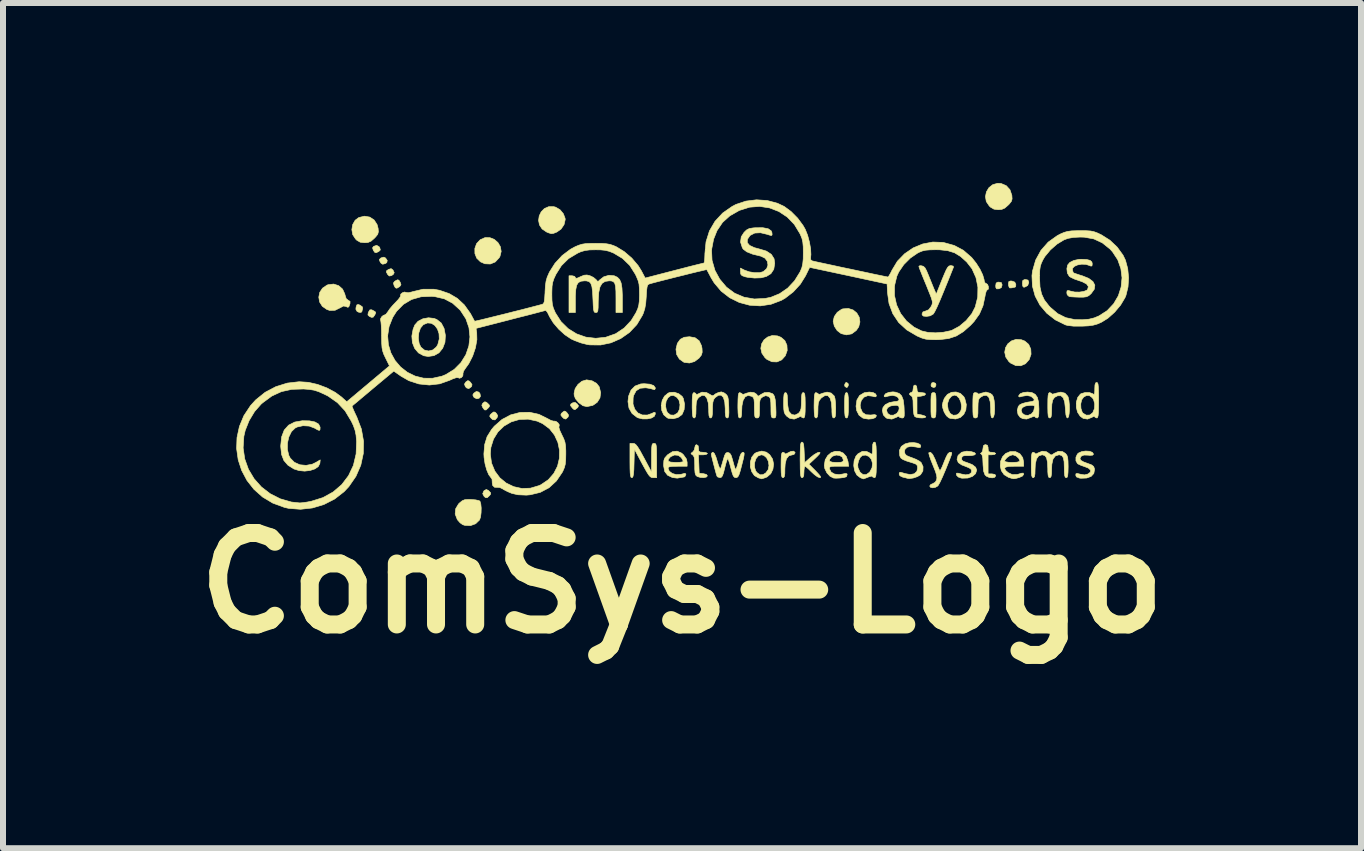
<source format=kicad_pcb>
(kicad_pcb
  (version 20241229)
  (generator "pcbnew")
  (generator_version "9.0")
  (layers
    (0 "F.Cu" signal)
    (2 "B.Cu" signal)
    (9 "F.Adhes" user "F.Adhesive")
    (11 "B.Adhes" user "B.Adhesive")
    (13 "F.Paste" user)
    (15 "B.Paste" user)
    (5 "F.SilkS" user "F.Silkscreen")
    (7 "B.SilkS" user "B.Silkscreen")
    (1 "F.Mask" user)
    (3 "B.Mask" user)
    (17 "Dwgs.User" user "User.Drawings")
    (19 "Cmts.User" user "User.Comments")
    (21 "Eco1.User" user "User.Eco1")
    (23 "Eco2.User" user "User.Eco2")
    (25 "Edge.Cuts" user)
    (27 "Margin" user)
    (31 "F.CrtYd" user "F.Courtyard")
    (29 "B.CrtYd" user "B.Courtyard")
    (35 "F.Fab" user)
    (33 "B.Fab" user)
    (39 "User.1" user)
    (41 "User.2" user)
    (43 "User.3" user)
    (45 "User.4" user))
  (footprint "ComSys-Logo"
    (layer "F.Cu")
    (at 8.317 2.858)
    (property "Reference" "ComSys-Logo" (at 0 3.81 0) (layer "F.SilkS") (effects (font (size 1.524 1.524) (thickness 0.3))))
    (attr through_hole)
    (fp_poly (pts (xy 2.767 0.483) (xy 2.773 0.508) (xy 2.76 0.542) (xy 2.741 0.55) (xy 2.715 0.533) (xy 2.709 0.508) (xy 2.723 0.474) (xy 2.741 0.466) (xy 2.767 0.483)) (stroke (width 0.01) (type solid)) (fill yes) (layer "F.SilkS"))
    (fp_poly (pts (xy 4.226 0.481) (xy 4.233 0.508) (xy 4.218 0.543) (xy 4.191 0.55) (xy 4.156 0.535) (xy 4.149 0.508) (xy 4.164 0.473) (xy 4.191 0.466) (xy 4.226 0.481)) (stroke (width 0.01) (type solid)) (fill yes) (layer "F.SilkS"))
    (fp_poly (pts (xy -3.387 0.627) (xy -3.367 0.653) (xy -3.359 0.698) (xy -3.381 0.728) (xy -3.419 0.738) (xy -3.46 0.72) (xy -3.471 0.709) (xy -3.487 0.675) (xy -3.471 0.646) (xy -3.428 0.616) (xy -3.387 0.627)) (stroke (width 0.01) (type solid)) (fill yes) (layer "F.SilkS"))
    (fp_poly (pts (xy -4.941 -1.608) (xy -4.913 -1.567) (xy -4.921 -1.531) (xy -4.944 -1.516) (xy -4.988 -1.504) (xy -5.015 -1.52) (xy -5.032 -1.545) (xy -5.046 -1.58) (xy -5.026 -1.603) (xy -5.015 -1.61) (xy -4.97 -1.622) (xy -4.941 -1.608)) (stroke (width 0.01) (type solid)) (fill yes) (layer "F.SilkS"))
    (fp_poly (pts (xy -4.819 -1.409) (xy -4.816 -1.404) (xy -4.797 -1.364) (xy -4.813 -1.334) (xy -4.844 -1.314) (xy -4.88 -1.308) (xy -4.907 -1.335) (xy -4.928 -1.375) (xy -4.922 -1.398) (xy -4.888 -1.419) (xy -4.848 -1.431) (xy -4.819 -1.409)) (stroke (width 0.01) (type solid)) (fill yes) (layer "F.SilkS"))
    (fp_poly (pts (xy -3.117 0.961) (xy -3.095 0.981) (xy -3.072 1.018) (xy -3.082 1.052) (xy -3.117 1.09) (xy -3.155 1.086) (xy -3.182 1.062) (xy -3.205 1.031) (xy -3.198 1.007) (xy -3.175 0.984) (xy -3.141 0.958) (xy -3.117 0.961)) (stroke (width 0.01) (type solid)) (fill yes) (layer "F.SilkS"))
    (fp_poly (pts (xy -1.749 0.823) (xy -1.726 0.854) (xy -1.735 0.879) (xy -1.753 0.896) (xy -1.785 0.92) (xy -1.809 0.911) (xy -1.827 0.893) (xy -1.858 0.853) (xy -1.854 0.827) (xy -1.823 0.806) (xy -1.783 0.798) (xy -1.749 0.823)) (stroke (width 0.01) (type solid)) (fill yes) (layer "F.SilkS"))
    (fp_poly (pts (xy 5.322 -1.198) (xy 5.334 -1.163) (xy 5.334 -1.156) (xy 5.321 -1.114) (xy 5.281 -1.095) (xy 5.243 -1.094) (xy 5.23 -1.116) (xy 5.228 -1.146) (xy 5.235 -1.19) (xy 5.261 -1.205) (xy 5.281 -1.206) (xy 5.322 -1.198)) (stroke (width 0.01) (type solid)) (fill yes) (layer "F.SilkS"))
    (fp_poly (pts (xy -5.365 -0.821) (xy -5.327 -0.793) (xy -5.323 -0.767) (xy -5.333 -0.728) (xy -5.334 -0.718) (xy -5.35 -0.701) (xy -5.387 -0.704) (xy -5.416 -0.718) (xy -5.436 -0.754) (xy -5.432 -0.791) (xy -5.418 -0.828) (xy -5.393 -0.833) (xy -5.365 -0.821)) (stroke (width 0.01) (type solid)) (fill yes) (layer "F.SilkS"))
    (fp_poly (pts (xy -5.049 -1.796) (xy -5.038 -1.779) (xy -5.028 -1.742) (xy -5.054 -1.717) (xy -5.057 -1.715) (xy -5.099 -1.696) (xy -5.123 -1.704) (xy -5.145 -1.738) (xy -5.158 -1.777) (xy -5.141 -1.801) (xy -5.14 -1.802) (xy -5.089 -1.819) (xy -5.049 -1.796)) (stroke (width 0.01) (type solid)) (fill yes) (layer "F.SilkS"))
    (fp_poly (pts (xy -4.719 -1.238) (xy -4.697 -1.203) (xy -4.684 -1.163) (xy -4.703 -1.135) (xy -4.711 -1.129) (xy -4.753 -1.104) (xy -4.778 -1.112) (xy -4.799 -1.15) (xy -4.81 -1.191) (xy -4.79 -1.218) (xy -4.782 -1.224) (xy -4.742 -1.245) (xy -4.719 -1.238)) (stroke (width 0.01) (type solid)) (fill yes) (layer "F.SilkS"))
    (fp_poly (pts (xy -3.546 0.444) (xy -3.525 0.465) (xy -3.5 0.502) (xy -3.507 0.531) (xy -3.513 0.539) (xy -3.554 0.569) (xy -3.593 0.556) (xy -3.613 0.531) (xy -3.626 0.494) (xy -3.606 0.462) (xy -3.601 0.457) (xy -3.57 0.435) (xy -3.546 0.444)) (stroke (width 0.01) (type solid)) (fill yes) (layer "F.SilkS"))
    (fp_poly (pts (xy -3.261 0.796) (xy -3.239 0.814) (xy -3.21 0.845) (xy -3.212 0.87) (xy -3.231 0.892) (xy -3.267 0.925) (xy -3.292 0.923) (xy -3.32 0.886) (xy -3.337 0.847) (xy -3.324 0.817) (xy -3.315 0.808) (xy -3.287 0.788) (xy -3.261 0.796)) (stroke (width 0.01) (type solid)) (fill yes) (layer "F.SilkS"))
    (fp_poly (pts (xy -3.228 2.266) (xy -3.217 2.276) (xy -3.189 2.307) (xy -3.192 2.331) (xy -3.21 2.353) (xy -3.246 2.386) (xy -3.274 2.386) (xy -3.298 2.366) (xy -3.322 2.321) (xy -3.304 2.276) (xy -3.291 2.265) (xy -3.261 2.25) (xy -3.228 2.266)) (stroke (width 0.01) (type solid)) (fill yes) (layer "F.SilkS"))
    (fp_poly (pts (xy -1.938 0.951) (xy -1.916 0.973) (xy -1.891 1.01) (xy -1.898 1.039) (xy -1.905 1.047) (xy -1.937 1.076) (xy -1.967 1.069) (xy -1.997 1.041) (xy -2.02 1.009) (xy -2.012 0.984) (xy -1.993 0.966) (xy -1.962 0.943) (xy -1.938 0.951)) (stroke (width 0.01) (type solid)) (fill yes) (layer "F.SilkS"))
    (fp_poly (pts (xy 5.766 -1.24) (xy 5.778 -1.206) (xy 5.779 -1.198) (xy 5.761 -1.149) (xy 5.712 -1.123) (xy 5.692 -1.122) (xy 5.678 -1.14) (xy 5.673 -1.185) (xy 5.673 -1.185) (xy 5.678 -1.231) (xy 5.703 -1.247) (xy 5.726 -1.249) (xy 5.766 -1.24)) (stroke (width 0.01) (type solid)) (fill yes) (layer "F.SilkS"))
    (fp_poly (pts (xy -5.156 -0.737) (xy -5.115 -0.714) (xy -5.105 -0.696) (xy -5.117 -0.666) (xy -5.121 -0.658) (xy -5.147 -0.622) (xy -5.177 -0.619) (xy -5.212 -0.636) (xy -5.235 -0.659) (xy -5.23 -0.695) (xy -5.224 -0.709) (xy -5.202 -0.744) (xy -5.174 -0.745) (xy -5.156 -0.737)) (stroke (width 0.01) (type solid)) (fill yes) (layer "F.SilkS"))
    (fp_poly (pts (xy 5.498 -1.224) (xy 5.546 -1.206) (xy 5.563 -1.169) (xy 5.561 -1.133) (xy 5.549 -1.122) (xy 5.511 -1.115) (xy 5.499 -1.111) (xy 5.464 -1.109) (xy 5.455 -1.114) (xy 5.443 -1.145) (xy 5.44 -1.18) (xy 5.447 -1.216) (xy 5.475 -1.225) (xy 5.498 -1.224)) (stroke (width 0.01) (type solid)) (fill yes) (layer "F.SilkS"))
    (fp_poly (pts (xy -3.202 -1.947) (xy -3.129 -1.918) (xy -3.068 -1.865) (xy -3.028 -1.797) (xy -3.014 -1.718) (xy -3.034 -1.636) (xy -3.047 -1.613) (xy -3.113 -1.542) (xy -3.195 -1.508) (xy -3.286 -1.512) (xy -3.359 -1.544) (xy -3.421 -1.604) (xy -3.452 -1.682) (xy -3.453 -1.767) (xy -3.424 -1.848) (xy -3.363 -1.913) (xy -3.363 -1.913) (xy -3.283 -1.948) (xy -3.202 -1.947)) (stroke (width 0.01) (type solid)) (fill yes) (layer "F.SilkS"))
    (fp_poly (pts (xy 1.59 -0.31) (xy 1.648 -0.287) (xy 1.713 -0.232) (xy 1.748 -0.155) (xy 1.753 -0.067) (xy 1.722 0.02) (xy 1.722 0.021) (xy 1.66 0.09) (xy 1.582 0.124) (xy 1.498 0.121) (xy 1.415 0.082) (xy 1.384 0.055) (xy 1.331 -0.022) (xy 1.313 -0.102) (xy 1.327 -0.178) (xy 1.366 -0.243) (xy 1.427 -0.291) (xy 1.503 -0.316) (xy 1.59 -0.31)) (stroke (width 0.01) (type solid)) (fill yes) (layer "F.SilkS"))
    (fp_poly (pts (xy 2.851 -0.742) (xy 2.913 -0.691) (xy 2.953 -0.622) (xy 2.965 -0.542) (xy 2.945 -0.461) (xy 2.905 -0.402) (xy 2.828 -0.344) (xy 2.74 -0.327) (xy 2.652 -0.348) (xy 2.586 -0.398) (xy 2.538 -0.472) (xy 2.519 -0.554) (xy 2.519 -0.555) (xy 2.538 -0.633) (xy 2.588 -0.704) (xy 2.658 -0.752) (xy 2.679 -0.76) (xy 2.772 -0.767) (xy 2.851 -0.742)) (stroke (width 0.01) (type solid)) (fill yes) (layer "F.SilkS"))
    (fp_poly (pts (xy 5.655 -0.246) (xy 5.712 -0.224) (xy 5.777 -0.169) (xy 5.812 -0.091) (xy 5.817 -0.004) (xy 5.786 0.083) (xy 5.786 0.085) (xy 5.724 0.154) (xy 5.646 0.188) (xy 5.562 0.185) (xy 5.479 0.145) (xy 5.448 0.119) (xy 5.395 0.042) (xy 5.378 -0.038) (xy 5.392 -0.114) (xy 5.431 -0.179) (xy 5.492 -0.227) (xy 5.568 -0.252) (xy 5.655 -0.246)) (stroke (width 0.01) (type solid)) (fill yes) (layer "F.SilkS"))
    (fp_poly (pts (xy -5.205 -2.29) (xy -5.132 -2.242) (xy -5.082 -2.165) (xy -5.065 -2.101) (xy -5.061 -2.044) (xy -5.072 -2.003) (xy -5.106 -1.96) (xy -5.128 -1.937) (xy -5.183 -1.889) (xy -5.234 -1.867) (xy -5.291 -1.863) (xy -5.363 -1.871) (xy -5.42 -1.904) (xy -5.441 -1.925) (xy -5.488 -1.997) (xy -5.503 -2.081) (xy -5.489 -2.165) (xy -5.448 -2.237) (xy -5.388 -2.282) (xy -5.293 -2.305) (xy -5.205 -2.29)) (stroke (width 0.01) (type solid)) (fill yes) (layer "F.SilkS"))
    (fp_poly (pts (xy -1.499 0.439) (xy -1.424 0.482) (xy -1.38 0.539) (xy -1.356 0.636) (xy -1.368 0.724) (xy -1.414 0.797) (xy -1.487 0.848) (xy -1.582 0.868) (xy -1.589 0.868) (xy -1.651 0.854) (xy -1.716 0.807) (xy -1.727 0.796) (xy -1.776 0.737) (xy -1.797 0.681) (xy -1.799 0.646) (xy -1.781 0.569) (xy -1.734 0.499) (xy -1.669 0.446) (xy -1.596 0.424) (xy -1.589 0.423) (xy -1.499 0.439)) (stroke (width 0.01) (type solid)) (fill yes) (layer "F.SilkS"))
    (fp_poly (pts (xy 0.218 -0.279) (xy 0.285 -0.229) (xy 0.324 -0.147) (xy 0.333 -0.103) (xy 0.336 -0.037) (xy 0.323 0.009) (xy 0.286 0.057) (xy 0.283 0.061) (xy 0.209 0.117) (xy 0.124 0.142) (xy 0.039 0.132) (xy 0.029 0.128) (xy -0.044 0.076) (xy -0.089 0.001) (xy -0.101 -0.088) (xy -0.079 -0.18) (xy -0.074 -0.191) (xy -0.028 -0.254) (xy 0.036 -0.287) (xy 0.124 -0.296) (xy 0.218 -0.279)) (stroke (width 0.01) (type solid)) (fill yes) (layer "F.SilkS"))
    (fp_poly (pts (xy 2.756 0.642) (xy 2.765 0.668) (xy 2.771 0.719) (xy 2.773 0.803) (xy 2.773 0.847) (xy 2.772 0.945) (xy 2.768 1.009) (xy 2.76 1.044) (xy 2.748 1.057) (xy 2.741 1.058) (xy 2.726 1.051) (xy 2.717 1.026) (xy 2.712 0.974) (xy 2.709 0.891) (xy 2.709 0.847) (xy 2.71 0.748) (xy 2.714 0.685) (xy 2.722 0.65) (xy 2.734 0.636) (xy 2.741 0.635) (xy 2.756 0.642)) (stroke (width 0.01) (type solid)) (fill yes) (layer "F.SilkS"))
    (fp_poly (pts (xy -2.106 -2.455) (xy -2.034 -2.413) (xy -1.978 -2.346) (xy -1.949 -2.27) (xy -1.947 -2.248) (xy -1.966 -2.165) (xy -2.016 -2.091) (xy -2.086 -2.041) (xy -2.086 -2.041) (xy -2.141 -2.019) (xy -2.179 -2.014) (xy -2.22 -2.026) (xy -2.257 -2.041) (xy -2.332 -2.092) (xy -2.376 -2.159) (xy -2.391 -2.234) (xy -2.38 -2.31) (xy -2.347 -2.378) (xy -2.294 -2.432) (xy -2.223 -2.463) (xy -2.139 -2.464) (xy -2.106 -2.455)) (stroke (width 0.01) (type solid)) (fill yes) (layer "F.SilkS"))
    (fp_poly (pts (xy 5.317 -2.85) (xy 5.403 -2.814) (xy 5.465 -2.746) (xy 5.497 -2.652) (xy 5.497 -2.649) (xy 5.501 -2.593) (xy 5.489 -2.552) (xy 5.454 -2.508) (xy 5.434 -2.488) (xy 5.379 -2.44) (xy 5.328 -2.418) (xy 5.271 -2.413) (xy 5.199 -2.422) (xy 5.142 -2.455) (xy 5.121 -2.475) (xy 5.071 -2.549) (xy 5.057 -2.631) (xy 5.073 -2.71) (xy 5.114 -2.779) (xy 5.178 -2.83) (xy 5.259 -2.853) (xy 5.317 -2.85)) (stroke (width 0.01) (type solid)) (fill yes) (layer "F.SilkS"))
    (fp_poly (pts (xy -3.512 2.417) (xy -3.441 2.423) (xy -3.389 2.434) (xy -3.368 2.444) (xy -3.354 2.489) (xy -3.347 2.558) (xy -3.349 2.637) (xy -3.358 2.709) (xy -3.375 2.758) (xy -3.375 2.758) (xy -3.44 2.821) (xy -3.525 2.852) (xy -3.619 2.848) (xy -3.656 2.836) (xy -3.699 2.805) (xy -3.742 2.756) (xy -3.747 2.747) (xy -3.781 2.659) (xy -3.773 2.572) (xy -3.725 2.491) (xy -3.704 2.471) (xy -3.662 2.437) (xy -3.62 2.42) (xy -3.562 2.416) (xy -3.512 2.417)) (stroke (width 0.01) (type solid)) (fill yes) (layer "F.SilkS"))
    (fp_poly (pts (xy 4.21 0.638) (xy 4.223 0.652) (xy 4.23 0.684) (xy 4.233 0.743) (xy 4.233 0.835) (xy 4.233 0.847) (xy 4.233 0.943) (xy 4.23 1.005) (xy 4.224 1.039) (xy 4.212 1.055) (xy 4.193 1.058) (xy 4.191 1.058) (xy 4.172 1.055) (xy 4.159 1.042) (xy 4.152 1.009) (xy 4.149 0.951) (xy 4.149 0.858) (xy 4.149 0.847) (xy 4.149 0.75) (xy 4.152 0.689) (xy 4.158 0.654) (xy 4.17 0.639) (xy 4.189 0.635) (xy 4.191 0.635) (xy 4.21 0.638)) (stroke (width 0.01) (type solid)) (fill yes) (layer "F.SilkS"))
    (fp_poly (pts (xy -5.723 -1.147) (xy -5.658 -1.09) (xy -5.62 -1.008) (xy -5.617 -0.993) (xy -5.597 -0.93) (xy -5.563 -0.903) (xy -5.533 -0.885) (xy -5.534 -0.848) (xy -5.536 -0.843) (xy -5.552 -0.798) (xy -5.568 -0.786) (xy -5.598 -0.798) (xy -5.601 -0.8) (xy -5.642 -0.808) (xy -5.692 -0.782) (xy -5.692 -0.782) (xy -5.782 -0.737) (xy -5.871 -0.734) (xy -5.919 -0.75) (xy -5.995 -0.803) (xy -6.04 -0.874) (xy -6.054 -0.955) (xy -6.038 -1.035) (xy -5.992 -1.105) (xy -5.917 -1.156) (xy -5.898 -1.163) (xy -5.806 -1.174) (xy -5.723 -1.147)) (stroke (width 0.01) (type solid)) (fill yes) (layer "F.SilkS"))
    (fp_poly (pts (xy 1.883 1.631) (xy 1.884 1.64) (xy 1.866 1.666) (xy 1.841 1.672) (xy 1.781 1.688) (xy 1.74 1.738) (xy 1.719 1.824) (xy 1.714 1.905) (xy 1.713 1.986) (xy 1.706 2.032) (xy 1.693 2.051) (xy 1.683 2.053) (xy 1.668 2.046) (xy 1.658 2.021) (xy 1.653 1.969) (xy 1.651 1.886) (xy 1.651 1.841) (xy 1.652 1.743) (xy 1.656 1.679) (xy 1.664 1.644) (xy 1.676 1.631) (xy 1.683 1.63) (xy 1.711 1.642) (xy 1.714 1.652) (xy 1.729 1.658) (xy 1.762 1.642) (xy 1.815 1.615) (xy 1.859 1.611) (xy 1.883 1.631)) (stroke (width 0.01) (type solid)) (fill yes) (layer "F.SilkS"))
    (fp_poly (pts (xy 3.184 0.634) (xy 3.227 0.658) (xy 3.239 0.686) (xy 3.231 0.705) (xy 3.203 0.704) (xy 3.173 0.695) (xy 3.096 0.686) (xy 3.031 0.712) (xy 2.987 0.767) (xy 2.969 0.841) (xy 2.974 0.89) (xy 3.007 0.965) (xy 3.063 1.004) (xy 3.145 1.009) (xy 3.153 1.008) (xy 3.21 1.002) (xy 3.235 1.011) (xy 3.239 1.024) (xy 3.22 1.053) (xy 3.172 1.071) (xy 3.108 1.077) (xy 3.041 1.067) (xy 3.013 1.059) (xy 2.95 1.012) (xy 2.911 0.936) (xy 2.9 0.862) (xy 2.915 0.758) (xy 2.96 0.683) (xy 3.034 0.639) (xy 3.046 0.636) (xy 3.12 0.626) (xy 3.184 0.634)) (stroke (width 0.01) (type solid)) (fill yes) (layer "F.SilkS"))
    (fp_poly (pts (xy 5.09 1.513) (xy 5.101 1.55) (xy 5.101 1.566) (xy 5.106 1.611) (xy 5.131 1.628) (xy 5.165 1.63) (xy 5.209 1.636) (xy 5.228 1.651) (xy 5.228 1.651) (xy 5.21 1.666) (xy 5.165 1.672) (xy 5.165 1.672) (xy 5.101 1.672) (xy 5.101 1.99) (xy 5.165 1.99) (xy 5.215 1.999) (xy 5.228 2.021) (xy 5.211 2.047) (xy 5.17 2.056) (xy 5.119 2.049) (xy 5.072 2.028) (xy 5.049 2.006) (xy 5.026 1.944) (xy 5.017 1.842) (xy 5.016 1.817) (xy 5.012 1.727) (xy 5 1.675) (xy 4.99 1.663) (xy 4.974 1.649) (xy 4.99 1.639) (xy 5.009 1.611) (xy 5.016 1.565) (xy 5.024 1.519) (xy 5.05 1.503) (xy 5.059 1.503) (xy 5.09 1.513)) (stroke (width 0.01) (type solid)) (fill yes) (layer "F.SilkS"))
    (fp_poly (pts (xy -0.536 0.495) (xy -0.472 0.518) (xy -0.445 0.556) (xy -0.445 0.564) (xy -0.455 0.586) (xy -0.482 0.581) (xy -0.525 0.568) (xy -0.59 0.557) (xy -0.61 0.555) (xy -0.699 0.563) (xy -0.765 0.605) (xy -0.806 0.682) (xy -0.815 0.722) (xy -0.817 0.826) (xy -0.788 0.912) (xy -0.735 0.975) (xy -0.662 1.008) (xy -0.577 1.009) (xy -0.507 0.984) (xy -0.465 0.964) (xy -0.448 0.966) (xy -0.445 0.992) (xy -0.463 1.032) (xy -0.512 1.06) (xy -0.581 1.074) (xy -0.657 1.074) (xy -0.732 1.056) (xy -0.751 1.047) (xy -0.833 0.983) (xy -0.884 0.894) (xy -0.901 0.785) (xy -0.891 0.695) (xy -0.85 0.594) (xy -0.783 0.526) (xy -0.689 0.491) (xy -0.633 0.487) (xy -0.536 0.495)) (stroke (width 0.01) (type solid)) (fill yes) (layer "F.SilkS"))
    (fp_poly (pts (xy -0.055 0.654) (xy 0.002 0.699) (xy 0.021 0.731) (xy 0.042 0.826) (xy 0.035 0.919) (xy 0.003 0.995) (xy -0.005 1.005) (xy -0.069 1.051) (xy -0.149 1.071) (xy -0.227 1.064) (xy -0.246 1.056) (xy -0.305 1.005) (xy -0.338 0.932) (xy -0.346 0.854) (xy -0.275 0.854) (xy -0.261 0.931) (xy -0.242 0.969) (xy -0.193 1.008) (xy -0.134 1.011) (xy -0.077 0.977) (xy -0.072 0.972) (xy -0.041 0.911) (xy -0.034 0.835) (xy -0.05 0.763) (xy -0.084 0.716) (xy -0.141 0.682) (xy -0.19 0.687) (xy -0.233 0.72) (xy -0.265 0.778) (xy -0.275 0.854) (xy -0.346 0.854) (xy -0.346 0.849) (xy -0.331 0.766) (xy -0.292 0.694) (xy -0.232 0.644) (xy -0.202 0.632) (xy -0.128 0.629) (xy -0.055 0.654)) (stroke (width 0.01) (type solid)) (fill yes) (layer "F.SilkS"))
    (fp_poly (pts (xy 0.269 1.522) (xy 0.275 1.566) (xy 0.279 1.609) (xy 0.3 1.626) (xy 0.349 1.63) (xy 0.398 1.635) (xy 0.423 1.648) (xy 0.423 1.651) (xy 0.405 1.665) (xy 0.359 1.672) (xy 0.348 1.672) (xy 0.273 1.672) (xy 0.28 1.826) (xy 0.286 1.979) (xy 0.355 1.986) (xy 0.406 1.999) (xy 0.423 2.023) (xy 0.405 2.043) (xy 0.361 2.052) (xy 0.306 2.049) (xy 0.255 2.034) (xy 0.249 2.03) (xy 0.229 2.011) (xy 0.217 1.974) (xy 0.212 1.91) (xy 0.212 1.852) (xy 0.21 1.767) (xy 0.203 1.714) (xy 0.188 1.684) (xy 0.175 1.673) (xy 0.149 1.654) (xy 0.16 1.638) (xy 0.175 1.629) (xy 0.204 1.592) (xy 0.212 1.555) (xy 0.223 1.513) (xy 0.243 1.503) (xy 0.269 1.522)) (stroke (width 0.01) (type solid)) (fill yes) (layer "F.SilkS"))
    (fp_poly (pts (xy 3.909 0.527) (xy 3.916 0.572) (xy 3.92 0.614) (xy 3.94 0.631) (xy 3.99 0.635) (xy 3.992 0.635) (xy 4.044 0.643) (xy 4.06 0.661) (xy 4.04 0.681) (xy 3.985 0.694) (xy 3.983 0.695) (xy 3.916 0.701) (xy 3.916 0.993) (xy 3.99 1.007) (xy 4.039 1.021) (xy 4.063 1.037) (xy 4.064 1.04) (xy 4.046 1.053) (xy 4.002 1.058) (xy 3.949 1.055) (xy 3.901 1.045) (xy 3.878 1.033) (xy 3.864 0.998) (xy 3.855 0.931) (xy 3.852 0.855) (xy 3.85 0.77) (xy 3.842 0.719) (xy 3.827 0.694) (xy 3.821 0.691) (xy 3.793 0.668) (xy 3.789 0.657) (xy 3.806 0.637) (xy 3.821 0.635) (xy 3.846 0.616) (xy 3.852 0.572) (xy 3.862 0.521) (xy 3.884 0.508) (xy 3.909 0.527)) (stroke (width 0.01) (type solid)) (fill yes) (layer "F.SilkS"))
    (fp_poly (pts (xy 4.639 0.649) (xy 4.695 0.702) (xy 4.712 0.732) (xy 4.738 0.834) (xy 4.73 0.925) (xy 4.695 0.999) (xy 4.637 1.051) (xy 4.561 1.075) (xy 4.471 1.065) (xy 4.449 1.057) (xy 4.407 1.022) (xy 4.369 0.961) (xy 4.345 0.89) (xy 4.339 0.845) (xy 4.34 0.842) (xy 4.424 0.842) (xy 4.437 0.925) (xy 4.471 0.984) (xy 4.52 1.013) (xy 4.576 1.008) (xy 4.618 0.981) (xy 4.65 0.929) (xy 4.659 0.862) (xy 4.647 0.791) (xy 4.619 0.729) (xy 4.578 0.688) (xy 4.54 0.677) (xy 4.49 0.696) (xy 4.449 0.746) (xy 4.426 0.814) (xy 4.424 0.842) (xy 4.34 0.842) (xy 4.348 0.796) (xy 4.37 0.735) (xy 4.373 0.729) (xy 4.423 0.665) (xy 4.492 0.63) (xy 4.567 0.625) (xy 4.639 0.649)) (stroke (width 0.01) (type solid)) (fill yes) (layer "F.SilkS"))
    (fp_poly (pts (xy 1.406 1.628) (xy 1.462 1.671) (xy 1.509 1.743) (xy 1.526 1.827) (xy 1.515 1.912) (xy 1.479 1.987) (xy 1.418 2.04) (xy 1.394 2.051) (xy 1.349 2.066) (xy 1.326 2.072) (xy 1.325 2.072) (xy 1.306 2.066) (xy 1.272 2.056) (xy 1.206 2.018) (xy 1.162 1.954) (xy 1.139 1.874) (xy 1.207 1.874) (xy 1.227 1.939) (xy 1.249 1.968) (xy 1.3 2.005) (xy 1.349 2.003) (xy 1.397 1.973) (xy 1.436 1.919) (xy 1.449 1.851) (xy 1.439 1.781) (xy 1.409 1.721) (xy 1.362 1.681) (xy 1.321 1.672) (xy 1.269 1.691) (xy 1.231 1.738) (xy 1.21 1.804) (xy 1.207 1.874) (xy 1.139 1.874) (xy 1.139 1.874) (xy 1.139 1.79) (xy 1.162 1.712) (xy 1.209 1.652) (xy 1.242 1.632) (xy 1.329 1.61) (xy 1.406 1.628)) (stroke (width 0.01) (type solid)) (fill yes) (layer "F.SilkS"))
    (fp_poly (pts (xy -4.132 -0.601) (xy -4.087 -0.583) (xy -4.013 -0.524) (xy -3.966 -0.435) (xy -3.944 -0.32) (xy -3.951 -0.203) (xy -3.989 -0.104) (xy -4.051 -0.028) (xy -4.134 0.019) (xy -4.231 0.033) (xy -4.305 0.021) (xy -4.392 -0.026) (xy -4.456 -0.102) (xy -4.494 -0.198) (xy -4.5 -0.269) (xy -4.395 -0.269) (xy -4.381 -0.182) (xy -4.352 -0.122) (xy -4.293 -0.073) (xy -4.223 -0.058) (xy -4.153 -0.076) (xy -4.095 -0.124) (xy -4.07 -0.166) (xy -4.046 -0.259) (xy -4.05 -0.347) (xy -4.076 -0.424) (xy -4.12 -0.484) (xy -4.177 -0.52) (xy -4.242 -0.526) (xy -4.312 -0.497) (xy -4.359 -0.441) (xy -4.387 -0.36) (xy -4.395 -0.269) (xy -4.5 -0.269) (xy -4.503 -0.307) (xy -4.482 -0.421) (xy -4.454 -0.491) (xy -4.399 -0.554) (xy -4.319 -0.595) (xy -4.226 -0.612) (xy -4.132 -0.601)) (stroke (width 0.01) (type solid)) (fill yes) (layer "F.SilkS"))
    (fp_poly (pts (xy -6.21 1.106) (xy -6.118 1.125) (xy -6.057 1.16) (xy -6.033 1.209) (xy -6.032 1.216) (xy -6.034 1.254) (xy -6.046 1.266) (xy -6.078 1.254) (xy -6.122 1.228) (xy -6.213 1.193) (xy -6.317 1.187) (xy -6.415 1.209) (xy -6.448 1.226) (xy -6.51 1.286) (xy -6.553 1.374) (xy -6.576 1.476) (xy -6.577 1.583) (xy -6.554 1.681) (xy -6.53 1.727) (xy -6.461 1.797) (xy -6.37 1.838) (xy -6.266 1.848) (xy -6.161 1.828) (xy -6.106 1.801) (xy -6.03 1.757) (xy -6.036 1.815) (xy -6.062 1.867) (xy -6.119 1.907) (xy -6.198 1.933) (xy -6.289 1.944) (xy -6.383 1.935) (xy -6.466 1.909) (xy -6.567 1.846) (xy -6.635 1.768) (xy -6.674 1.668) (xy -6.688 1.538) (xy -6.688 1.517) (xy -6.673 1.373) (xy -6.63 1.26) (xy -6.557 1.178) (xy -6.455 1.126) (xy -6.328 1.104) (xy -6.21 1.106)) (stroke (width 0.01) (type solid)) (fill yes) (layer "F.SilkS"))
    (fp_poly (pts (xy 4.49 1.632) (xy 4.496 1.646) (xy 4.487 1.68) (xy 4.464 1.741) (xy 4.397 1.909) (xy 4.342 2.038) (xy 4.3 2.128) (xy 4.27 2.181) (xy 4.261 2.192) (xy 4.221 2.215) (xy 4.175 2.222) (xy 4.139 2.212) (xy 4.128 2.192) (xy 4.146 2.166) (xy 4.175 2.155) (xy 4.22 2.129) (xy 4.242 2.092) (xy 4.248 2.057) (xy 4.243 2.013) (xy 4.224 1.95) (xy 4.188 1.86) (xy 4.181 1.843) (xy 4.148 1.76) (xy 4.124 1.692) (xy 4.113 1.648) (xy 4.113 1.637) (xy 4.143 1.631) (xy 4.177 1.666) (xy 4.216 1.744) (xy 4.233 1.788) (xy 4.261 1.859) (xy 4.284 1.912) (xy 4.297 1.937) (xy 4.298 1.937) (xy 4.31 1.922) (xy 4.333 1.877) (xy 4.361 1.809) (xy 4.369 1.787) (xy 4.405 1.702) (xy 4.433 1.652) (xy 4.459 1.631) (xy 4.469 1.63) (xy 4.49 1.632)) (stroke (width 0.01) (type solid)) (fill yes) (layer "F.SilkS"))
    (fp_poly (pts (xy -0.791 1.486) (xy -0.767 1.505) (xy -0.738 1.542) (xy -0.699 1.605) (xy -0.648 1.699) (xy -0.636 1.72) (xy -0.509 1.958) (xy -0.508 1.72) (xy -0.508 1.617) (xy -0.505 1.548) (xy -0.5 1.508) (xy -0.49 1.488) (xy -0.475 1.482) (xy -0.466 1.482) (xy -0.449 1.484) (xy -0.437 1.495) (xy -0.43 1.522) (xy -0.425 1.571) (xy -0.424 1.649) (xy -0.423 1.762) (xy -0.423 2.053) (xy -0.482 2.053) (xy -0.508 2.05) (xy -0.531 2.036) (xy -0.558 2.005) (xy -0.591 1.952) (xy -0.637 1.87) (xy -0.667 1.815) (xy -0.794 1.577) (xy -0.8 1.815) (xy -0.803 1.922) (xy -0.809 1.992) (xy -0.817 2.033) (xy -0.828 2.051) (xy -0.837 2.053) (xy -0.85 2.047) (xy -0.858 2.023) (xy -0.864 1.977) (xy -0.867 1.901) (xy -0.868 1.79) (xy -0.868 1.767) (xy -0.868 1.482) (xy -0.816 1.482) (xy -0.791 1.486)) (stroke (width 0.01) (type solid)) (fill yes) (layer "F.SilkS"))
    (fp_poly (pts (xy 2.016 1.47) (xy 2.027 1.504) (xy 2.033 1.568) (xy 2.036 1.632) (xy 2.043 1.803) (xy 2.141 1.717) (xy 2.2 1.67) (xy 2.253 1.639) (xy 2.283 1.63) (xy 2.301 1.635) (xy 2.294 1.654) (xy 2.26 1.691) (xy 2.221 1.729) (xy 2.115 1.828) (xy 2.226 1.94) (xy 2.281 1.999) (xy 2.308 2.033) (xy 2.31 2.05) (xy 2.295 2.053) (xy 2.258 2.039) (xy 2.206 2.001) (xy 2.159 1.958) (xy 2.108 1.908) (xy 2.068 1.874) (xy 2.049 1.863) (xy 2.039 1.882) (xy 2.033 1.929) (xy 2.032 1.958) (xy 2.028 2.021) (xy 2.014 2.049) (xy 2 2.053) (xy 1.987 2.047) (xy 1.979 2.025) (xy 1.973 1.982) (xy 1.97 1.91) (xy 1.969 1.804) (xy 1.968 1.757) (xy 1.969 1.637) (xy 1.972 1.553) (xy 1.976 1.5) (xy 1.984 1.471) (xy 1.996 1.461) (xy 1.999 1.46) (xy 2.016 1.47)) (stroke (width 0.01) (type solid)) (fill yes) (layer "F.SilkS"))
    (fp_poly (pts (xy 4.816 1.618) (xy 4.874 1.635) (xy 4.893 1.656) (xy 4.875 1.674) (xy 4.824 1.685) (xy 4.778 1.686) (xy 4.713 1.686) (xy 4.678 1.694) (xy 4.664 1.713) (xy 4.661 1.729) (xy 4.663 1.76) (xy 4.689 1.781) (xy 4.745 1.8) (xy 4.836 1.835) (xy 4.893 1.879) (xy 4.911 1.927) (xy 4.892 1.987) (xy 4.84 2.032) (xy 4.763 2.059) (xy 4.67 2.062) (xy 4.65 2.059) (xy 4.604 2.042) (xy 4.575 2.012) (xy 4.573 1.983) (xy 4.577 1.978) (xy 4.601 1.978) (xy 4.648 1.99) (xy 4.654 1.992) (xy 4.726 2.006) (xy 4.785 1.998) (xy 4.82 1.97) (xy 4.826 1.946) (xy 4.823 1.923) (xy 4.808 1.904) (xy 4.774 1.885) (xy 4.712 1.86) (xy 4.664 1.842) (xy 4.605 1.803) (xy 4.583 1.748) (xy 4.6 1.685) (xy 4.605 1.678) (xy 4.661 1.629) (xy 4.744 1.611) (xy 4.816 1.618)) (stroke (width 0.01) (type solid)) (fill yes) (layer "F.SilkS"))
    (fp_poly (pts (xy 6.382 0.645) (xy 6.428 0.695) (xy 6.435 0.71) (xy 6.448 0.765) (xy 6.455 0.837) (xy 6.457 0.913) (xy 6.452 0.984) (xy 6.443 1.036) (xy 6.428 1.058) (xy 6.426 1.058) (xy 6.41 1.046) (xy 6.398 1.005) (xy 6.391 0.93) (xy 6.389 0.897) (xy 6.377 0.79) (xy 6.353 0.722) (xy 6.316 0.688) (xy 6.263 0.688) (xy 6.256 0.69) (xy 6.208 0.715) (xy 6.178 0.759) (xy 6.163 0.831) (xy 6.16 0.914) (xy 6.158 0.993) (xy 6.151 1.038) (xy 6.137 1.057) (xy 6.128 1.058) (xy 6.113 1.051) (xy 6.103 1.026) (xy 6.098 0.974) (xy 6.096 0.891) (xy 6.096 0.847) (xy 6.097 0.748) (xy 6.101 0.685) (xy 6.109 0.65) (xy 6.121 0.636) (xy 6.128 0.635) (xy 6.156 0.646) (xy 6.16 0.655) (xy 6.176 0.661) (xy 6.218 0.65) (xy 6.233 0.645) (xy 6.314 0.627) (xy 6.382 0.645)) (stroke (width 0.01) (type solid)) (fill yes) (layer "F.SilkS"))
    (fp_poly (pts (xy 6.791 1.613) (xy 6.838 1.631) (xy 6.858 1.66) (xy 6.858 1.661) (xy 6.843 1.678) (xy 6.796 1.681) (xy 6.767 1.678) (xy 6.699 1.676) (xy 6.658 1.692) (xy 6.647 1.703) (xy 6.632 1.735) (xy 6.646 1.764) (xy 6.695 1.792) (xy 6.767 1.818) (xy 6.829 1.842) (xy 6.86 1.867) (xy 6.873 1.902) (xy 6.875 1.917) (xy 6.863 1.983) (xy 6.818 2.032) (xy 6.744 2.059) (xy 6.648 2.063) (xy 6.62 2.059) (xy 6.573 2.04) (xy 6.562 2.011) (xy 6.566 1.987) (xy 6.588 1.983) (xy 6.636 1.995) (xy 6.707 2.007) (xy 6.764 1.993) (xy 6.806 1.961) (xy 6.809 1.927) (xy 6.773 1.894) (xy 6.713 1.87) (xy 6.65 1.848) (xy 6.601 1.825) (xy 6.591 1.818) (xy 6.565 1.772) (xy 6.565 1.713) (xy 6.59 1.659) (xy 6.609 1.642) (xy 6.663 1.618) (xy 6.728 1.609) (xy 6.791 1.613)) (stroke (width 0.01) (type solid)) (fill yes) (layer "F.SilkS"))
    (fp_poly (pts (xy 2.036 0.642) (xy 2.046 0.668) (xy 2.051 0.719) (xy 2.053 0.803) (xy 2.053 0.847) (xy 2.052 0.945) (xy 2.048 1.009) (xy 2.041 1.044) (xy 2.028 1.057) (xy 2.021 1.058) (xy 1.993 1.046) (xy 1.99 1.036) (xy 1.975 1.03) (xy 1.943 1.047) (xy 1.869 1.077) (xy 1.797 1.065) (xy 1.745 1.028) (xy 1.719 0.997) (xy 1.703 0.962) (xy 1.696 0.912) (xy 1.693 0.834) (xy 1.693 0.805) (xy 1.695 0.718) (xy 1.7 0.666) (xy 1.711 0.641) (xy 1.725 0.635) (xy 1.743 0.645) (xy 1.753 0.678) (xy 1.757 0.744) (xy 1.757 0.767) (xy 1.762 0.847) (xy 1.773 0.917) (xy 1.784 0.953) (xy 1.827 1) (xy 1.882 1.01) (xy 1.939 0.982) (xy 1.946 0.975) (xy 1.97 0.943) (xy 1.984 0.899) (xy 1.989 0.831) (xy 1.99 0.783) (xy 1.992 0.703) (xy 1.998 0.657) (xy 2.011 0.637) (xy 2.021 0.635) (xy 2.036 0.642)) (stroke (width 0.01) (type solid)) (fill yes) (layer "F.SilkS"))
    (fp_poly (pts (xy 2.486 0.643) (xy 2.537 0.692) (xy 2.539 0.696) (xy 2.55 0.737) (xy 2.558 0.806) (xy 2.561 0.889) (xy 2.561 0.898) (xy 2.56 0.982) (xy 2.554 1.032) (xy 2.542 1.054) (xy 2.529 1.058) (xy 2.512 1.049) (xy 2.502 1.017) (xy 2.498 0.955) (xy 2.498 0.915) (xy 2.49 0.803) (xy 2.467 0.727) (xy 2.431 0.686) (xy 2.383 0.684) (xy 2.325 0.721) (xy 2.317 0.729) (xy 2.288 0.765) (xy 2.272 0.806) (xy 2.266 0.867) (xy 2.265 0.92) (xy 2.263 0.997) (xy 2.255 1.04) (xy 2.241 1.057) (xy 2.233 1.058) (xy 2.218 1.051) (xy 2.209 1.026) (xy 2.204 0.974) (xy 2.201 0.891) (xy 2.201 0.847) (xy 2.203 0.747) (xy 2.207 0.683) (xy 2.215 0.648) (xy 2.228 0.635) (xy 2.231 0.635) (xy 2.263 0.648) (xy 2.269 0.657) (xy 2.291 0.665) (xy 2.341 0.647) (xy 2.342 0.646) (xy 2.418 0.627) (xy 2.486 0.643)) (stroke (width 0.01) (type solid)) (fill yes) (layer "F.SilkS"))
    (fp_poly (pts (xy 5.138 0.648) (xy 5.17 0.673) (xy 5.189 0.708) (xy 5.202 0.769) (xy 5.209 0.843) (xy 5.21 0.921) (xy 5.205 0.99) (xy 5.193 1.039) (xy 5.175 1.058) (xy 5.158 1.05) (xy 5.149 1.02) (xy 5.144 0.96) (xy 5.144 0.901) (xy 5.136 0.788) (xy 5.114 0.715) (xy 5.077 0.68) (xy 5.025 0.685) (xy 4.979 0.71) (xy 4.954 0.732) (xy 4.94 0.763) (xy 4.934 0.814) (xy 4.932 0.895) (xy 4.932 0.901) (xy 4.931 0.982) (xy 4.926 1.029) (xy 4.916 1.051) (xy 4.897 1.058) (xy 4.889 1.058) (xy 4.87 1.055) (xy 4.858 1.042) (xy 4.851 1.009) (xy 4.848 0.951) (xy 4.847 0.858) (xy 4.847 0.847) (xy 4.848 0.75) (xy 4.851 0.689) (xy 4.857 0.654) (xy 4.869 0.639) (xy 4.887 0.635) (xy 4.889 0.635) (xy 4.924 0.643) (xy 4.932 0.655) (xy 4.948 0.66) (xy 4.986 0.646) (xy 4.99 0.645) (xy 5.065 0.626) (xy 5.138 0.648)) (stroke (width 0.01) (type solid)) (fill yes) (layer "F.SilkS"))
    (fp_poly (pts (xy 5.559 1.619) (xy 5.631 1.655) (xy 5.678 1.719) (xy 5.693 1.794) (xy 5.694 1.863) (xy 5.535 1.863) (xy 5.442 1.866) (xy 5.389 1.879) (xy 5.375 1.902) (xy 5.397 1.936) (xy 5.435 1.969) (xy 5.504 2.002) (xy 5.589 2) (xy 5.657 1.979) (xy 5.687 1.977) (xy 5.694 1.997) (xy 5.674 2.026) (xy 5.621 2.05) (xy 5.614 2.052) (xy 5.56 2.067) (xy 5.526 2.071) (xy 5.492 2.064) (xy 5.44 2.047) (xy 5.368 2.003) (xy 5.322 1.937) (xy 5.304 1.859) (xy 5.31 1.778) (xy 5.376 1.778) (xy 5.396 1.789) (xy 5.446 1.797) (xy 5.503 1.799) (xy 5.583 1.795) (xy 5.625 1.783) (xy 5.63 1.774) (xy 5.612 1.731) (xy 5.569 1.692) (xy 5.518 1.673) (xy 5.511 1.672) (xy 5.463 1.686) (xy 5.415 1.719) (xy 5.382 1.758) (xy 5.376 1.778) (xy 5.31 1.778) (xy 5.31 1.778) (xy 5.342 1.704) (xy 5.398 1.647) (xy 5.47 1.618) (xy 5.559 1.619)) (stroke (width 0.01) (type solid)) (fill yes) (layer "F.SilkS"))
    (fp_poly (pts (xy 2.623 1.615) (xy 2.687 1.643) (xy 2.737 1.699) (xy 2.766 1.783) (xy 2.778 1.863) (xy 2.615 1.863) (xy 2.533 1.863) (xy 2.485 1.867) (xy 2.463 1.876) (xy 2.458 1.894) (xy 2.459 1.91) (xy 2.486 1.961) (xy 2.542 1.993) (xy 2.617 2.002) (xy 2.669 1.994) (xy 2.723 1.983) (xy 2.748 1.988) (xy 2.752 2.001) (xy 2.742 2.033) (xy 2.736 2.039) (xy 2.695 2.051) (xy 2.632 2.059) (xy 2.567 2.062) (xy 2.525 2.059) (xy 2.466 2.029) (xy 2.414 1.972) (xy 2.379 1.9) (xy 2.371 1.849) (xy 2.386 1.757) (xy 2.39 1.75) (xy 2.458 1.75) (xy 2.46 1.779) (xy 2.502 1.795) (xy 2.572 1.799) (xy 2.639 1.797) (xy 2.674 1.789) (xy 2.687 1.772) (xy 2.688 1.758) (xy 2.671 1.711) (xy 2.626 1.683) (xy 2.569 1.676) (xy 2.512 1.694) (xy 2.494 1.707) (xy 2.458 1.75) (xy 2.39 1.75) (xy 2.427 1.686) (xy 2.485 1.637) (xy 2.553 1.613) (xy 2.623 1.615)) (stroke (width 0.01) (type solid)) (fill yes) (layer "F.SilkS"))
    (fp_poly (pts (xy -0.007 1.644) (xy 0.023 1.671) (xy 0.074 1.743) (xy 0.085 1.798) (xy 0.085 1.863) (xy -0.074 1.863) (xy -0.159 1.865) (xy -0.208 1.871) (xy -0.23 1.883) (xy -0.233 1.893) (xy -0.214 1.944) (xy -0.165 1.982) (xy -0.098 2.002) (xy -0.024 1.999) (xy -0.000374 1.993) (xy 0.044 1.981) (xy 0.062 1.989) (xy 0.064 2.002) (xy 0.048 2.035) (xy 0.037 2.041) (xy -0.079 2.061) (xy -0.16 2.051) (xy -0.24 2.013) (xy -0.288 1.951) (xy -0.306 1.86) (xy -0.307 1.838) (xy -0.303 1.769) (xy -0.296 1.749) (xy -0.23 1.749) (xy -0.229 1.778) (xy -0.189 1.794) (xy -0.109 1.799) (xy -0.106 1.799) (xy -0.039 1.797) (xy 0.007 1.79) (xy 0.021 1.783) (xy 0.01 1.755) (xy -0.012 1.719) (xy -0.061 1.681) (xy -0.125 1.675) (xy -0.186 1.701) (xy -0.194 1.707) (xy -0.23 1.749) (xy -0.296 1.749) (xy -0.286 1.723) (xy -0.248 1.68) (xy -0.238 1.67) (xy -0.158 1.619) (xy -0.082 1.611) (xy -0.007 1.644)) (stroke (width 0.01) (type solid)) (fill yes) (layer "F.SilkS"))
    (fp_poly (pts (xy 4.52 -1.473) (xy 4.524 -1.455) (xy 4.434 -1.23) (xy 4.358 -1.044) (xy 4.297 -0.897) (xy 4.248 -0.786) (xy 4.212 -0.713) (xy 4.189 -0.676) (xy 4.187 -0.674) (xy 4.135 -0.644) (xy 4.075 -0.635) (xy 4.023 -0.64) (xy 4.003 -0.659) (xy 4 -0.676) (xy 4.016 -0.71) (xy 4.059 -0.724) (xy 4.112 -0.746) (xy 4.152 -0.8) (xy 4.166 -0.83) (xy 4.172 -0.857) (xy 4.17 -0.89) (xy 4.157 -0.937) (xy 4.131 -1.005) (xy 4.092 -1.102) (xy 4.082 -1.128) (xy 4.04 -1.229) (xy 4.003 -1.32) (xy 3.975 -1.391) (xy 3.958 -1.433) (xy 3.957 -1.435) (xy 3.947 -1.47) (xy 3.965 -1.48) (xy 3.992 -1.478) (xy 4.023 -1.469) (xy 4.049 -1.445) (xy 4.075 -1.397) (xy 4.108 -1.318) (xy 4.109 -1.316) (xy 4.144 -1.229) (xy 4.177 -1.147) (xy 4.202 -1.086) (xy 4.204 -1.083) (xy 4.237 -1.005) (xy 4.332 -1.244) (xy 4.374 -1.345) (xy 4.404 -1.412) (xy 4.428 -1.453) (xy 4.449 -1.474) (xy 4.472 -1.481) (xy 4.481 -1.482) (xy 4.52 -1.473)) (stroke (width 0.01) (type solid)) (fill yes) (layer "F.SilkS"))
    (fp_poly (pts (xy 3.921 1.478) (xy 3.966 1.499) (xy 3.979 1.524) (xy 3.974 1.547) (xy 3.951 1.552) (xy 3.9 1.542) (xy 3.815 1.531) (xy 3.751 1.546) (xy 3.714 1.583) (xy 3.708 1.625) (xy 3.718 1.66) (xy 3.743 1.685) (xy 3.794 1.707) (xy 3.831 1.72) (xy 3.902 1.748) (xy 3.961 1.781) (xy 3.985 1.801) (xy 4.017 1.87) (xy 4.014 1.942) (xy 3.975 2.004) (xy 3.974 2.005) (xy 3.922 2.036) (xy 3.853 2.059) (xy 3.787 2.068) (xy 3.757 2.064) (xy 3.722 2.054) (xy 3.678 2.044) (xy 3.631 2.021) (xy 3.619 1.992) (xy 3.623 1.97) (xy 3.639 1.963) (xy 3.679 1.973) (xy 3.713 1.984) (xy 3.803 2.001) (xy 3.871 1.988) (xy 3.914 1.948) (xy 3.926 1.894) (xy 3.922 1.854) (xy 3.901 1.829) (xy 3.853 1.81) (xy 3.831 1.803) (xy 3.741 1.775) (xy 3.683 1.751) (xy 3.649 1.727) (xy 3.632 1.697) (xy 3.628 1.683) (xy 3.623 1.598) (xy 3.655 1.532) (xy 3.717 1.49) (xy 3.785 1.472) (xy 3.857 1.468) (xy 3.921 1.478)) (stroke (width 0.01) (type solid)) (fill yes) (layer "F.SilkS"))
    (fp_poly (pts (xy 3.558 0.628) (xy 3.619 0.649) (xy 3.66 0.69) (xy 3.686 0.756) (xy 3.699 0.854) (xy 3.701 0.891) (xy 3.704 0.975) (xy 3.703 1.024) (xy 3.695 1.049) (xy 3.679 1.058) (xy 3.664 1.058) (xy 3.628 1.049) (xy 3.619 1.036) (xy 3.605 1.03) (xy 3.572 1.047) (xy 3.497 1.077) (xy 3.421 1.066) (xy 3.401 1.056) (xy 3.355 1.007) (xy 3.34 0.938) (xy 3.341 0.928) (xy 3.408 0.928) (xy 3.425 0.98) (xy 3.467 1.01) (xy 3.522 1.012) (xy 3.578 0.983) (xy 3.581 0.981) (xy 3.612 0.934) (xy 3.619 0.896) (xy 3.612 0.861) (xy 3.582 0.848) (xy 3.555 0.847) (xy 3.479 0.857) (xy 3.427 0.886) (xy 3.408 0.928) (xy 3.341 0.928) (xy 3.349 0.884) (xy 3.387 0.836) (xy 3.456 0.801) (xy 3.547 0.784) (xy 3.572 0.783) (xy 3.61 0.771) (xy 3.617 0.743) (xy 3.593 0.711) (xy 3.566 0.695) (xy 3.507 0.681) (xy 3.438 0.693) (xy 3.389 0.706) (xy 3.37 0.702) (xy 3.37 0.683) (xy 3.395 0.652) (xy 3.448 0.631) (xy 3.515 0.623) (xy 3.558 0.628)) (stroke (width 0.01) (type solid)) (fill yes) (layer "F.SilkS"))
    (fp_poly (pts (xy 1.435 -2.096) (xy 1.486 -2.061) (xy 1.499 -2.028) (xy 1.501 -1.993) (xy 1.489 -1.982) (xy 1.454 -1.991) (xy 1.425 -2.001) (xy 1.308 -2.029) (xy 1.212 -2.024) (xy 1.138 -1.986) (xy 1.131 -1.98) (xy 1.089 -1.919) (xy 1.087 -1.865) (xy 1.126 -1.818) (xy 1.204 -1.781) (xy 1.286 -1.759) (xy 1.406 -1.723) (xy 1.488 -1.669) (xy 1.534 -1.596) (xy 1.545 -1.52) (xy 1.529 -1.42) (xy 1.481 -1.347) (xy 1.405 -1.3) (xy 1.318 -1.278) (xy 1.209 -1.274) (xy 1.095 -1.286) (xy 1.053 -1.295) (xy 1 -1.314) (xy 0.978 -1.34) (xy 0.974 -1.378) (xy 0.974 -1.44) (xy 1.038 -1.407) (xy 1.119 -1.378) (xy 1.21 -1.363) (xy 1.296 -1.364) (xy 1.354 -1.381) (xy 1.41 -1.429) (xy 1.432 -1.49) (xy 1.422 -1.552) (xy 1.383 -1.605) (xy 1.316 -1.638) (xy 1.308 -1.64) (xy 1.174 -1.673) (xy 1.079 -1.711) (xy 1.02 -1.756) (xy 1.005 -1.779) (xy 0.975 -1.873) (xy 0.987 -1.962) (xy 1.034 -2.035) (xy 1.075 -2.075) (xy 1.119 -2.098) (xy 1.182 -2.109) (xy 1.219 -2.112) (xy 1.346 -2.113) (xy 1.435 -2.096)) (stroke (width 0.01) (type solid)) (fill yes) (layer "F.SilkS"))
    (fp_poly (pts (xy 6.924 0.472) (xy 6.933 0.493) (xy 6.938 0.537) (xy 6.941 0.609) (xy 6.943 0.715) (xy 6.943 0.762) (xy 6.942 0.882) (xy 6.94 0.965) (xy 6.935 1.018) (xy 6.927 1.047) (xy 6.916 1.058) (xy 6.911 1.058) (xy 6.883 1.046) (xy 6.879 1.036) (xy 6.865 1.03) (xy 6.832 1.047) (xy 6.758 1.077) (xy 6.686 1.065) (xy 6.636 1.029) (xy 6.592 0.962) (xy 6.571 0.879) (xy 6.572 0.823) (xy 6.645 0.823) (xy 6.648 0.897) (xy 6.669 0.96) (xy 6.681 0.977) (xy 6.736 1.011) (xy 6.795 1.009) (xy 6.845 0.971) (xy 6.846 0.969) (xy 6.874 0.901) (xy 6.878 0.823) (xy 6.859 0.751) (xy 6.837 0.72) (xy 6.788 0.684) (xy 6.74 0.684) (xy 6.693 0.71) (xy 6.661 0.756) (xy 6.645 0.823) (xy 6.572 0.823) (xy 6.572 0.793) (xy 6.595 0.716) (xy 6.639 0.661) (xy 6.652 0.653) (xy 6.718 0.634) (xy 6.789 0.634) (xy 6.845 0.654) (xy 6.849 0.657) (xy 6.867 0.666) (xy 6.876 0.649) (xy 6.879 0.6) (xy 6.879 0.574) (xy 6.882 0.507) (xy 6.894 0.473) (xy 6.911 0.466) (xy 6.924 0.472)) (stroke (width 0.01) (type solid)) (fill yes) (layer "F.SilkS"))
    (fp_poly (pts (xy 3.22 1.466) (xy 3.228 1.488) (xy 3.234 1.532) (xy 3.237 1.604) (xy 3.238 1.71) (xy 3.239 1.757) (xy 3.238 1.876) (xy 3.236 1.96) (xy 3.231 2.013) (xy 3.223 2.042) (xy 3.212 2.053) (xy 3.207 2.053) (xy 3.179 2.042) (xy 3.175 2.033) (xy 3.158 2.027) (xy 3.116 2.038) (xy 3.102 2.044) (xy 3.053 2.063) (xy 3.024 2.073) (xy 3.022 2.073) (xy 3 2.065) (xy 2.97 2.053) (xy 2.914 2.009) (xy 2.877 1.94) (xy 2.862 1.856) (xy 2.863 1.834) (xy 2.928 1.834) (xy 2.933 1.889) (xy 2.968 1.963) (xy 3.016 2.001) (xy 3.07 2.002) (xy 3.124 1.964) (xy 3.131 1.955) (xy 3.167 1.886) (xy 3.174 1.814) (xy 3.156 1.749) (xy 3.117 1.701) (xy 3.062 1.677) (xy 3.007 1.682) (xy 2.971 1.713) (xy 2.943 1.769) (xy 2.928 1.834) (xy 2.863 1.834) (xy 2.868 1.771) (xy 2.898 1.695) (xy 2.931 1.657) (xy 3.004 1.615) (xy 3.077 1.616) (xy 3.128 1.642) (xy 3.156 1.659) (xy 3.17 1.656) (xy 3.174 1.624) (xy 3.175 1.568) (xy 3.178 1.501) (xy 3.19 1.468) (xy 3.207 1.46) (xy 3.22 1.466)) (stroke (width 0.01) (type solid)) (fill yes) (layer "F.SilkS"))
    (fp_poly (pts (xy 6.744 -1.583) (xy 6.802 -1.568) (xy 6.831 -1.541) (xy 6.837 -1.51) (xy 6.832 -1.475) (xy 6.811 -1.474) (xy 6.796 -1.481) (xy 6.732 -1.502) (xy 6.661 -1.505) (xy 6.594 -1.493) (xy 6.539 -1.469) (xy 6.508 -1.436) (xy 6.508 -1.403) (xy 6.518 -1.371) (xy 6.519 -1.364) (xy 6.538 -1.355) (xy 6.587 -1.338) (xy 6.657 -1.315) (xy 6.667 -1.313) (xy 6.777 -1.269) (xy 6.848 -1.216) (xy 6.88 -1.155) (xy 6.871 -1.088) (xy 6.82 -1.017) (xy 6.817 -1.014) (xy 6.779 -0.98) (xy 6.74 -0.962) (xy 6.687 -0.955) (xy 6.622 -0.955) (xy 6.545 -0.958) (xy 6.482 -0.962) (xy 6.451 -0.967) (xy 6.42 -0.995) (xy 6.413 -1.027) (xy 6.417 -1.061) (xy 6.438 -1.067) (xy 6.475 -1.056) (xy 6.545 -1.041) (xy 6.624 -1.04) (xy 6.696 -1.051) (xy 6.748 -1.072) (xy 6.76 -1.085) (xy 6.772 -1.132) (xy 6.743 -1.174) (xy 6.673 -1.211) (xy 6.616 -1.231) (xy 6.543 -1.256) (xy 6.481 -1.285) (xy 6.454 -1.303) (xy 6.422 -1.357) (xy 6.414 -1.43) (xy 6.427 -1.491) (xy 6.463 -1.534) (xy 6.529 -1.567) (xy 6.613 -1.585) (xy 6.651 -1.587) (xy 6.744 -1.583)) (stroke (width 0.01) (type solid)) (fill yes) (layer "F.SilkS"))
    (fp_poly (pts (xy 5.826 0.634) (xy 5.834 0.636) (xy 5.887 0.665) (xy 5.922 0.715) (xy 5.942 0.793) (xy 5.948 0.905) (xy 5.948 0.911) (xy 5.946 0.991) (xy 5.939 1.037) (xy 5.926 1.056) (xy 5.916 1.058) (xy 5.888 1.047) (xy 5.884 1.037) (xy 5.868 1.03) (xy 5.828 1.044) (xy 5.822 1.047) (xy 5.744 1.076) (xy 5.68 1.07) (xy 5.635 1.047) (xy 5.599 0.998) (xy 5.588 0.933) (xy 5.589 0.928) (xy 5.652 0.928) (xy 5.669 0.979) (xy 5.712 1.009) (xy 5.767 1.015) (xy 5.821 0.991) (xy 5.83 0.983) (xy 5.857 0.949) (xy 5.863 0.932) (xy 5.87 0.898) (xy 5.876 0.88) (xy 5.876 0.858) (xy 5.848 0.848) (xy 5.811 0.847) (xy 5.728 0.857) (xy 5.673 0.884) (xy 5.652 0.926) (xy 5.652 0.928) (xy 5.589 0.928) (xy 5.603 0.87) (xy 5.625 0.841) (xy 5.667 0.819) (xy 5.733 0.8) (xy 5.773 0.793) (xy 5.836 0.782) (xy 5.865 0.771) (xy 5.869 0.754) (xy 5.862 0.738) (xy 5.818 0.698) (xy 5.751 0.683) (xy 5.672 0.696) (xy 5.672 0.696) (xy 5.628 0.708) (xy 5.612 0.702) (xy 5.613 0.683) (xy 5.638 0.653) (xy 5.691 0.633) (xy 5.759 0.626) (xy 5.826 0.634)) (stroke (width 0.01) (type solid)) (fill yes) (layer "F.SilkS"))
    (fp_poly (pts (xy -1.535 -1.313) (xy -1.477 -1.285) (xy -1.435 -1.25) (xy -1.432 -1.247) (xy -1.408 -1.219) (xy -1.388 -1.225) (xy -1.374 -1.241) (xy -1.304 -1.295) (xy -1.218 -1.32) (xy -1.131 -1.312) (xy -1.13 -1.312) (xy -1.077 -1.287) (xy -1.04 -1.249) (xy -1.015 -1.191) (xy -1.001 -1.107) (xy -0.995 -0.99) (xy -0.995 -0.932) (xy -0.995 -0.699) (xy -1.101 -0.699) (xy -1.101 -0.938) (xy -1.102 -1.054) (xy -1.108 -1.135) (xy -1.121 -1.186) (xy -1.144 -1.214) (xy -1.178 -1.226) (xy -1.212 -1.228) (xy -1.282 -1.218) (xy -1.333 -1.185) (xy -1.368 -1.125) (xy -1.388 -1.034) (xy -1.396 -0.907) (xy -1.397 -0.863) (xy -1.398 -0.78) (xy -1.403 -0.73) (xy -1.413 -0.706) (xy -1.43 -0.699) (xy -1.437 -0.699) (xy -1.455 -0.702) (xy -1.467 -0.718) (xy -1.475 -0.753) (xy -1.48 -0.815) (xy -1.484 -0.911) (xy -1.485 -0.928) (xy -1.491 -1.048) (xy -1.502 -1.131) (xy -1.52 -1.184) (xy -1.548 -1.214) (xy -1.59 -1.226) (xy -1.622 -1.228) (xy -1.684 -1.221) (xy -1.728 -1.199) (xy -1.756 -1.154) (xy -1.771 -1.081) (xy -1.778 -0.974) (xy -1.778 -0.921) (xy -1.778 -0.699) (xy -1.884 -0.699) (xy -1.884 -1.312) (xy -1.831 -1.312) (xy -1.79 -1.302) (xy -1.778 -1.283) (xy -1.77 -1.269) (xy -1.739 -1.275) (xy -1.694 -1.296) (xy -1.633 -1.321) (xy -1.585 -1.325) (xy -1.535 -1.313)) (stroke (width 0.01) (type solid)) (fill yes) (layer "F.SilkS"))
    (fp_poly (pts (xy 6.072 1.62) (xy 6.114 1.648) (xy 6.144 1.673) (xy 6.168 1.672) (xy 6.201 1.648) (xy 6.271 1.613) (xy 6.341 1.618) (xy 6.392 1.651) (xy 6.414 1.679) (xy 6.427 1.717) (xy 6.433 1.776) (xy 6.435 1.865) (xy 6.435 1.873) (xy 6.433 1.963) (xy 6.428 2.018) (xy 6.419 2.046) (xy 6.403 2.053) (xy 6.386 2.045) (xy 6.377 2.016) (xy 6.372 1.957) (xy 6.371 1.888) (xy 6.368 1.787) (xy 6.355 1.722) (xy 6.331 1.686) (xy 6.293 1.673) (xy 6.282 1.672) (xy 6.223 1.69) (xy 6.183 1.743) (xy 6.163 1.832) (xy 6.16 1.905) (xy 6.158 1.986) (xy 6.151 2.032) (xy 6.138 2.051) (xy 6.128 2.053) (xy 6.111 2.045) (xy 6.101 2.013) (xy 6.096 1.952) (xy 6.096 1.904) (xy 6.091 1.796) (xy 6.076 1.725) (xy 6.049 1.686) (xy 6.006 1.672) (xy 6.001 1.672) (xy 5.945 1.689) (xy 5.908 1.74) (xy 5.888 1.827) (xy 5.884 1.91) (xy 5.882 1.989) (xy 5.875 2.033) (xy 5.861 2.052) (xy 5.853 2.053) (xy 5.838 2.046) (xy 5.828 2.021) (xy 5.823 1.969) (xy 5.821 1.886) (xy 5.821 1.841) (xy 5.822 1.743) (xy 5.826 1.679) (xy 5.833 1.644) (xy 5.846 1.631) (xy 5.853 1.63) (xy 5.881 1.642) (xy 5.884 1.652) (xy 5.899 1.658) (xy 5.931 1.642) (xy 6.003 1.612) (xy 6.072 1.62)) (stroke (width 0.01) (type solid)) (fill yes) (layer "F.SilkS"))
    (fp_poly (pts (xy 1.029 1.633) (xy 1.036 1.649) (xy 1.033 1.683) (xy 1.021 1.743) (xy 0.997 1.837) (xy 0.996 1.841) (xy 0.971 1.938) (xy 0.951 2) (xy 0.933 2.035) (xy 0.914 2.051) (xy 0.898 2.053) (xy 0.874 2.047) (xy 0.854 2.024) (xy 0.836 1.975) (xy 0.814 1.894) (xy 0.794 1.819) (xy 0.776 1.764) (xy 0.763 1.737) (xy 0.762 1.736) (xy 0.751 1.755) (xy 0.734 1.805) (xy 0.715 1.877) (xy 0.711 1.894) (xy 0.69 1.977) (xy 0.671 2.026) (xy 0.652 2.048) (xy 0.633 2.053) (xy 0.594 2.041) (xy 0.582 2.027) (xy 0.567 1.979) (xy 0.548 1.909) (xy 0.527 1.83) (xy 0.508 1.754) (xy 0.493 1.693) (xy 0.487 1.658) (xy 0.487 1.657) (xy 0.504 1.632) (xy 0.516 1.63) (xy 0.539 1.65) (xy 0.565 1.708) (xy 0.588 1.783) (xy 0.609 1.852) (xy 0.628 1.896) (xy 0.64 1.908) (xy 0.642 1.905) (xy 0.654 1.868) (xy 0.673 1.806) (xy 0.689 1.75) (xy 0.71 1.681) (xy 0.73 1.645) (xy 0.752 1.633) (xy 0.768 1.634) (xy 0.796 1.646) (xy 0.818 1.68) (xy 0.839 1.745) (xy 0.846 1.771) (xy 0.865 1.841) (xy 0.882 1.893) (xy 0.892 1.915) (xy 0.903 1.903) (xy 0.92 1.858) (xy 0.939 1.791) (xy 0.942 1.779) (xy 0.965 1.696) (xy 0.986 1.649) (xy 1.008 1.631) (xy 1.014 1.63) (xy 1.029 1.633)) (stroke (width 0.01) (type solid)) (fill yes) (layer "F.SilkS"))
    (fp_poly (pts (xy 0.698 0.638) (xy 0.719 0.652) (xy 0.745 0.675) (xy 0.762 0.703) (xy 0.771 0.747) (xy 0.776 0.816) (xy 0.779 0.875) (xy 0.781 0.965) (xy 0.778 1.021) (xy 0.77 1.049) (xy 0.756 1.058) (xy 0.752 1.058) (xy 0.735 1.051) (xy 0.725 1.022) (xy 0.72 0.965) (xy 0.72 0.901) (xy 0.712 0.792) (xy 0.69 0.717) (xy 0.654 0.679) (xy 0.608 0.679) (xy 0.551 0.719) (xy 0.55 0.72) (xy 0.527 0.752) (xy 0.514 0.797) (xy 0.508 0.867) (xy 0.508 0.91) (xy 0.506 0.991) (xy 0.499 1.037) (xy 0.486 1.056) (xy 0.476 1.058) (xy 0.459 1.049) (xy 0.449 1.017) (xy 0.445 0.955) (xy 0.445 0.915) (xy 0.437 0.806) (xy 0.414 0.729) (xy 0.379 0.686) (xy 0.334 0.681) (xy 0.28 0.715) (xy 0.275 0.72) (xy 0.252 0.752) (xy 0.238 0.797) (xy 0.233 0.867) (xy 0.233 0.91) (xy 0.231 0.991) (xy 0.224 1.037) (xy 0.211 1.056) (xy 0.201 1.058) (xy 0.186 1.051) (xy 0.177 1.026) (xy 0.172 0.974) (xy 0.169 0.891) (xy 0.169 0.847) (xy 0.17 0.748) (xy 0.174 0.685) (xy 0.182 0.65) (xy 0.194 0.636) (xy 0.201 0.635) (xy 0.229 0.648) (xy 0.233 0.659) (xy 0.243 0.671) (xy 0.259 0.662) (xy 0.332 0.628) (xy 0.408 0.634) (xy 0.455 0.66) (xy 0.502 0.688) (xy 0.526 0.682) (xy 0.555 0.658) (xy 0.603 0.635) (xy 0.654 0.623) (xy 0.698 0.638)) (stroke (width 0.01) (type solid)) (fill yes) (layer "F.SilkS"))
    (fp_poly (pts (xy 1.2 0.635) (xy 1.245 0.664) (xy 1.254 0.681) (xy 1.269 0.695) (xy 1.3 0.677) (xy 1.31 0.669) (xy 1.372 0.636) (xy 1.443 0.631) (xy 1.506 0.652) (xy 1.52 0.664) (xy 1.54 0.697) (xy 1.553 0.754) (xy 1.561 0.842) (xy 1.563 0.879) (xy 1.566 0.966) (xy 1.565 1.019) (xy 1.558 1.047) (xy 1.544 1.057) (xy 1.526 1.058) (xy 1.504 1.055) (xy 1.491 1.04) (xy 1.484 1.005) (xy 1.482 0.94) (xy 1.482 0.89) (xy 1.48 0.804) (xy 1.475 0.75) (xy 1.464 0.719) (xy 1.444 0.701) (xy 1.438 0.698) (xy 1.394 0.686) (xy 1.347 0.705) (xy 1.343 0.708) (xy 1.316 0.729) (xy 1.301 0.757) (xy 1.293 0.802) (xy 1.291 0.876) (xy 1.291 0.9) (xy 1.29 0.981) (xy 1.286 1.029) (xy 1.275 1.051) (xy 1.256 1.058) (xy 1.249 1.058) (xy 1.228 1.055) (xy 1.215 1.038) (xy 1.209 1.001) (xy 1.207 0.933) (xy 1.206 0.89) (xy 1.205 0.804) (xy 1.2 0.75) (xy 1.189 0.719) (xy 1.169 0.701) (xy 1.163 0.698) (xy 1.102 0.682) (xy 1.053 0.705) (xy 1.018 0.764) (xy 0.998 0.858) (xy 0.995 0.932) (xy 0.992 1.006) (xy 0.984 1.045) (xy 0.967 1.058) (xy 0.963 1.058) (xy 0.948 1.051) (xy 0.939 1.026) (xy 0.934 0.974) (xy 0.931 0.891) (xy 0.931 0.847) (xy 0.933 0.747) (xy 0.937 0.683) (xy 0.945 0.648) (xy 0.958 0.635) (xy 0.961 0.635) (xy 0.993 0.648) (xy 0.999 0.657) (xy 1.021 0.665) (xy 1.071 0.647) (xy 1.072 0.646) (xy 1.138 0.628) (xy 1.2 0.635)) (stroke (width 0.01) (type solid)) (fill yes) (layer "F.SilkS"))
    (fp_poly (pts (xy 6.737 -2.063) (xy 6.81 -2.058) (xy 6.867 -2.046) (xy 6.924 -2.025) (xy 6.989 -1.994) (xy 7.13 -1.905) (xy 7.253 -1.789) (xy 7.35 -1.655) (xy 7.39 -1.572) (xy 7.428 -1.432) (xy 7.443 -1.278) (xy 7.433 -1.125) (xy 7.399 -0.986) (xy 7.383 -0.947) (xy 7.309 -0.823) (xy 7.209 -0.704) (xy 7.096 -0.603) (xy 6.987 -0.536) (xy 6.919 -0.507) (xy 6.851 -0.488) (xy 6.771 -0.477) (xy 6.668 -0.472) (xy 6.527 -0.472) (xy 6.425 -0.484) (xy 6.389 -0.494) (xy 6.221 -0.577) (xy 6.079 -0.688) (xy 5.966 -0.821) (xy 5.885 -0.974) (xy 5.84 -1.139) (xy 5.834 -1.27) (xy 5.959 -1.27) (xy 5.966 -1.125) (xy 5.992 -1.009) (xy 6.039 -0.908) (xy 6.114 -0.812) (xy 6.14 -0.784) (xy 6.262 -0.68) (xy 6.395 -0.614) (xy 6.545 -0.582) (xy 6.67 -0.579) (xy 6.781 -0.588) (xy 6.87 -0.61) (xy 6.949 -0.643) (xy 7.086 -0.731) (xy 7.194 -0.846) (xy 7.272 -0.979) (xy 7.318 -1.125) (xy 7.333 -1.278) (xy 7.314 -1.431) (xy 7.262 -1.578) (xy 7.174 -1.712) (xy 7.133 -1.757) (xy 7.005 -1.86) (xy 6.864 -1.926) (xy 6.705 -1.955) (xy 6.636 -1.957) (xy 6.521 -1.951) (xy 6.433 -1.935) (xy 6.367 -1.911) (xy 6.251 -1.841) (xy 6.139 -1.743) (xy 6.047 -1.632) (xy 6.015 -1.578) (xy 5.988 -1.521) (xy 5.971 -1.468) (xy 5.962 -1.406) (xy 5.959 -1.32) (xy 5.959 -1.27) (xy 5.834 -1.27) (xy 5.832 -1.313) (xy 5.842 -1.393) (xy 5.894 -1.574) (xy 5.982 -1.735) (xy 6.102 -1.872) (xy 6.253 -1.98) (xy 6.308 -2.009) (xy 6.369 -2.035) (xy 6.426 -2.051) (xy 6.492 -2.06) (xy 6.58 -2.063) (xy 6.636 -2.064) (xy 6.737 -2.063)) (stroke (width 0.01) (type solid)) (fill yes) (layer "F.SilkS"))
    (fp_poly (pts (xy -2.384 0.998) (xy -2.239 1.07) (xy -2.185 1.099) (xy -2.142 1.111) (xy -2.132 1.11) (xy -2.102 1.114) (xy -2.069 1.138) (xy -2.047 1.168) (xy -2.047 1.191) (xy -2.05 1.194) (xy -2.052 1.219) (xy -2.035 1.271) (xy -2.004 1.337) (xy -1.971 1.405) (xy -1.951 1.462) (xy -1.941 1.523) (xy -1.937 1.603) (xy -1.937 1.66) (xy -1.939 1.759) (xy -1.946 1.829) (xy -1.961 1.886) (xy -1.986 1.944) (xy -1.995 1.962) (xy -2.094 2.108) (xy -2.217 2.221) (xy -2.363 2.298) (xy -2.528 2.338) (xy -2.593 2.344) (xy -2.735 2.338) (xy -2.836 2.315) (xy -2.908 2.285) (xy -2.972 2.252) (xy -2.988 2.241) (xy -3.037 2.217) (xy -3.077 2.214) (xy -3.078 2.214) (xy -3.124 2.213) (xy -3.156 2.183) (xy -3.164 2.135) (xy -3.163 2.129) (xy -3.167 2.077) (xy -3.183 2.055) (xy -3.221 2.004) (xy -3.256 1.922) (xy -3.283 1.823) (xy -3.299 1.717) (xy -3.302 1.66) (xy -3.195 1.66) (xy -3.175 1.81) (xy -3.12 1.943) (xy -3.037 2.055) (xy -2.93 2.143) (xy -2.805 2.203) (xy -2.669 2.233) (xy -2.526 2.228) (xy -2.382 2.185) (xy -2.35 2.17) (xy -2.228 2.087) (xy -2.137 1.982) (xy -2.075 1.861) (xy -2.044 1.73) (xy -2.042 1.597) (xy -2.069 1.466) (xy -2.125 1.344) (xy -2.209 1.237) (xy -2.322 1.153) (xy -2.414 1.111) (xy -2.564 1.078) (xy -2.71 1.083) (xy -2.846 1.123) (xy -2.967 1.193) (xy -3.068 1.29) (xy -3.142 1.41) (xy -3.186 1.55) (xy -3.195 1.66) (xy -3.302 1.66) (xy -3.302 1.654) (xy -3.289 1.5) (xy -3.249 1.37) (xy -3.175 1.251) (xy -3.129 1.196) (xy -3 1.083) (xy -2.855 1.006) (xy -2.7 0.966) (xy -2.541 0.963) (xy -2.384 0.998)) (stroke (width 0.01) (type solid)) (fill yes) (layer "F.SilkS"))
    (fp_poly (pts (xy 1.42 -2.566) (xy 1.589 -2.521) (xy 1.703 -2.467) (xy 1.817 -2.383) (xy 1.927 -2.272) (xy 2.017 -2.15) (xy 2.054 -2.085) (xy 2.093 -1.987) (xy 2.123 -1.875) (xy 2.143 -1.763) (xy 2.148 -1.666) (xy 2.144 -1.624) (xy 2.143 -1.581) (xy 2.169 -1.56) (xy 2.183 -1.557) (xy 2.23 -1.546) (xy 2.308 -1.529) (xy 2.411 -1.507) (xy 2.532 -1.481) (xy 2.665 -1.452) (xy 2.805 -1.423) (xy 2.945 -1.393) (xy 3.078 -1.365) (xy 3.198 -1.339) (xy 3.3 -1.318) (xy 3.377 -1.302) (xy 3.423 -1.293) (xy 3.433 -1.291) (xy 3.448 -1.309) (xy 3.475 -1.355) (xy 3.5 -1.406) (xy 3.589 -1.554) (xy 3.709 -1.678) (xy 3.852 -1.776) (xy 4.011 -1.842) (xy 4.179 -1.874) (xy 4.35 -1.868) (xy 4.364 -1.865) (xy 4.537 -1.817) (xy 4.688 -1.737) (xy 4.824 -1.619) (xy 4.833 -1.609) (xy 4.903 -1.521) (xy 4.965 -1.423) (xy 5.011 -1.327) (xy 5.035 -1.244) (xy 5.038 -1.216) (xy 5.054 -1.189) (xy 5.067 -1.185) (xy 5.092 -1.167) (xy 5.106 -1.132) (xy 5.106 -1.09) (xy 5.09 -1.08) (xy 5.072 -1.06) (xy 5.056 -1.008) (xy 5.05 -0.972) (xy 5.016 -0.812) (xy 4.957 -0.675) (xy 4.867 -0.549) (xy 4.807 -0.485) (xy 4.688 -0.38) (xy 4.571 -0.308) (xy 4.444 -0.266) (xy 4.295 -0.248) (xy 4.233 -0.246) (xy 4.137 -0.248) (xy 4.065 -0.255) (xy 4 -0.273) (xy 3.925 -0.305) (xy 3.913 -0.311) (xy 3.745 -0.41) (xy 3.611 -0.533) (xy 3.513 -0.68) (xy 3.45 -0.849) (xy 3.431 -0.983) (xy 3.541 -0.983) (xy 3.576 -0.827) (xy 3.644 -0.682) (xy 3.742 -0.557) (xy 3.867 -0.455) (xy 3.995 -0.392) (xy 4.1 -0.368) (xy 4.226 -0.361) (xy 4.357 -0.371) (xy 4.475 -0.396) (xy 4.499 -0.404) (xy 4.622 -0.47) (xy 4.736 -0.566) (xy 4.83 -0.681) (xy 4.887 -0.793) (xy 4.928 -0.956) (xy 4.931 -1.122) (xy 4.899 -1.281) (xy 4.833 -1.428) (xy 4.745 -1.541) (xy 4.643 -1.633) (xy 4.542 -1.695) (xy 4.429 -1.73) (xy 4.294 -1.745) (xy 4.233 -1.746) (xy 4.133 -1.744) (xy 4.061 -1.738) (xy 4.005 -1.725) (xy 3.951 -1.703) (xy 3.926 -1.69) (xy 3.805 -1.607) (xy 3.696 -1.498) (xy 3.612 -1.375) (xy 3.58 -1.305) (xy 3.541 -1.144) (xy 3.541 -0.983) (xy 3.431 -0.983) (xy 3.424 -1.037) (xy 3.418 -1.175) (xy 2.773 -1.314) (xy 2.127 -1.452) (xy 2.059 -1.312) (xy 1.972 -1.172) (xy 1.854 -1.043) (xy 1.718 -0.938) (xy 1.655 -0.902) (xy 1.483 -0.837) (xy 1.304 -0.81) (xy 1.126 -0.821) (xy 0.954 -0.867) (xy 0.794 -0.946) (xy 0.652 -1.056) (xy 0.535 -1.195) (xy 0.486 -1.276) (xy 0.451 -1.342) (xy 0.425 -1.391) (xy 0.412 -1.414) (xy 0.412 -1.414) (xy 0.391 -1.411) (xy 0.337 -1.398) (xy 0.255 -1.379) (xy 0.152 -1.354) (xy 0.037 -1.325) (xy -0.085 -1.295) (xy -0.207 -1.264) (xy -0.322 -1.235) (xy -0.423 -1.209) (xy -0.502 -1.188) (xy -0.553 -1.173) (xy -0.57 -1.16) (xy -0.582 -1.128) (xy -0.59 -1.069) (xy -0.596 -0.976) (xy -0.596 -0.968) (xy -0.605 -0.854) (xy -0.62 -0.767) (xy -0.644 -0.69) (xy -0.661 -0.652) (xy -0.754 -0.497) (xy -0.877 -0.367) (xy -1.023 -0.265) (xy -1.186 -0.194) (xy -1.359 -0.158) (xy -1.537 -0.16) (xy -1.582 -0.167) (xy -1.681 -0.192) (xy -1.785 -0.23) (xy -1.848 -0.259) (xy -1.954 -0.33) (xy -2.056 -0.423) (xy -2.145 -0.527) (xy -2.208 -0.63) (xy -2.217 -0.649) (xy -2.243 -0.702) (xy -2.267 -0.731) (xy -2.275 -0.734) (xy -2.301 -0.727) (xy -2.362 -0.711) (xy -2.453 -0.687) (xy -2.568 -0.657) (xy -2.703 -0.623) (xy -2.851 -0.585) (xy -2.865 -0.581) (xy -3.433 -0.435) (xy -3.422 -0.365) (xy -3.419 -0.246) (xy -3.443 -0.111) (xy -3.49 0.027) (xy -3.554 0.153) (xy -3.608 0.228) (xy -3.64 0.276) (xy -3.652 0.316) (xy -3.65 0.323) (xy -3.654 0.357) (xy -3.679 0.386) (xy -3.711 0.396) (xy -3.727 0.388) (xy -3.759 0.385) (xy -3.823 0.407) (xy -3.875 0.431) (xy -4.039 0.489) (xy -4.212 0.509) (xy -4.386 0.491) (xy -4.554 0.436) (xy -4.684 0.361) (xy -4.804 0.277) (xy -5.149 0.565) (xy -5.251 0.651) (xy -5.342 0.727) (xy -5.416 0.79) (xy -5.47 0.834) (xy -5.497 0.857) (xy -5.5 0.859) (xy -5.494 0.879) (xy -5.474 0.928) (xy -5.442 0.998) (xy -5.421 1.041) (xy -5.344 1.243) (xy -5.308 1.447) (xy -5.312 1.65) (xy -5.354 1.846) (xy -5.435 2.031) (xy -5.553 2.202) (xy -5.633 2.287) (xy -5.79 2.409) (xy -5.968 2.5) (xy -6.16 2.558) (xy -6.358 2.58) (xy -6.553 2.565) (xy -6.625 2.549) (xy -6.821 2.477) (xy -6.991 2.375) (xy -7.135 2.247) (xy -7.251 2.099) (xy -7.339 1.933) (xy -7.397 1.756) (xy -7.423 1.572) (xy -7.423 1.557) (xy -7.315 1.557) (xy -7.288 1.741) (xy -7.226 1.914) (xy -7.132 2.071) (xy -7.01 2.208) (xy -6.863 2.321) (xy -6.695 2.406) (xy -6.51 2.459) (xy -6.371 2.474) (xy -6.323 2.47) (xy -6.251 2.46) (xy -6.178 2.446) (xy -5.984 2.385) (xy -5.814 2.291) (xy -5.671 2.168) (xy -5.558 2.019) (xy -5.477 1.848) (xy -5.432 1.658) (xy -5.424 1.454) (xy -5.424 1.448) (xy -5.433 1.344) (xy -5.45 1.262) (xy -5.478 1.183) (xy -5.513 1.11) (xy -5.616 0.939) (xy -5.743 0.803) (xy -5.898 0.694) (xy -5.962 0.662) (xy -6.055 0.62) (xy -6.133 0.595) (xy -6.215 0.582) (xy -6.308 0.575) (xy -6.504 0.581) (xy -6.677 0.619) (xy -6.836 0.692) (xy -6.988 0.804) (xy -7.014 0.826) (xy -7.124 0.951) (xy -7.215 1.102) (xy -7.28 1.265) (xy -7.303 1.365) (xy -7.315 1.557) (xy -7.423 1.557) (xy -7.417 1.385) (xy -7.377 1.2) (xy -7.303 1.021) (xy -7.192 0.853) (xy -7.106 0.758) (xy -6.949 0.631) (xy -6.771 0.537) (xy -6.58 0.477) (xy -6.382 0.454) (xy -6.227 0.464) (xy -6.074 0.499) (xy -5.919 0.557) (xy -5.779 0.632) (xy -5.675 0.709) (xy -5.588 0.788) (xy -5.232 0.489) (xy -4.876 0.19) (xy -4.941 0.059) (xy -4.97 -0.002) (xy -4.988 -0.054) (xy -5 -0.11) (xy -5.005 -0.18) (xy -5.007 -0.277) (xy -5.007 -0.311) (xy -5.007 -0.312) (xy -4.906 -0.312) (xy -4.894 -0.164) (xy -4.852 -0.026) (xy -4.783 0.1) (xy -4.69 0.209) (xy -4.577 0.297) (xy -4.448 0.36) (xy -4.307 0.395) (xy -4.157 0.396) (xy -4.003 0.362) (xy -3.935 0.334) (xy -3.796 0.248) (xy -3.685 0.136) (xy -3.603 0.004) (xy -3.553 -0.141) (xy -3.535 -0.293) (xy -3.551 -0.446) (xy -3.602 -0.594) (xy -3.69 -0.729) (xy -3.703 -0.745) (xy -3.824 -0.855) (xy -3.962 -0.928) (xy -4.122 -0.965) (xy -4.172 -0.969) (xy -4.349 -0.962) (xy -4.507 -0.917) (xy -4.643 -0.836) (xy -4.757 -0.72) (xy -4.822 -0.618) (xy -4.883 -0.464) (xy -4.906 -0.312) (xy -5.007 -0.312) (xy -5.009 -0.408) (xy -5.013 -0.488) (xy -5.018 -0.543) (xy -5.022 -0.563) (xy -5.026 -0.591) (xy -5.007 -0.627) (xy -4.977 -0.653) (xy -4.963 -0.656) (xy -4.933 -0.673) (xy -4.902 -0.714) (xy -4.902 -0.714) (xy -4.87 -0.761) (xy -4.82 -0.82) (xy -4.776 -0.866) (xy -4.728 -0.917) (xy -4.698 -0.958) (xy -4.691 -0.979) (xy -4.688 -1.005) (xy -4.66 -1.029) (xy -4.624 -1.041) (xy -4.602 -1.035) (xy -4.564 -1.029) (xy -4.5 -1.043) (xy -4.493 -1.046) (xy -4.315 -1.088) (xy -4.138 -1.088) (xy -4.041 -1.07) (xy -3.881 -1.015) (xy -3.745 -0.935) (xy -3.629 -0.827) (xy -3.527 -0.684) (xy -3.457 -0.554) (xy -3.437 -0.558) (xy -3.383 -0.57) (xy -3.3 -0.59) (xy -3.195 -0.616) (xy -3.074 -0.646) (xy -2.944 -0.678) (xy -2.811 -0.712) (xy -2.682 -0.744) (xy -2.563 -0.775) (xy -2.459 -0.802) (xy -2.379 -0.823) (xy -2.327 -0.837) (xy -2.325 -0.838) (xy -2.308 -0.85) (xy -2.296 -0.881) (xy -2.289 -0.937) (xy -2.285 -1.006) (xy -2.17 -1.006) (xy -2.168 -0.906) (xy -2.161 -0.834) (xy -2.145 -0.774) (xy -2.118 -0.711) (xy -2.111 -0.695) (xy -2.017 -0.548) (xy -1.897 -0.43) (xy -1.756 -0.343) (xy -1.602 -0.289) (xy -1.439 -0.27) (xy -1.273 -0.287) (xy -1.111 -0.344) (xy -1.1 -0.35) (xy -0.964 -0.441) (xy -0.847 -0.566) (xy -0.768 -0.695) (xy -0.738 -0.761) (xy -0.721 -0.821) (xy -0.712 -0.889) (xy -0.709 -0.981) (xy -0.709 -1.006) (xy -0.711 -1.103) (xy -0.717 -1.174) (xy -0.733 -1.234) (xy -0.76 -1.299) (xy -0.778 -1.337) (xy -0.872 -1.485) (xy -0.993 -1.602) (xy -1.14 -1.69) (xy -1.212 -1.719) (xy -1.28 -1.736) (xy -1.36 -1.744) (xy -1.439 -1.745) (xy -1.54 -1.743) (xy -1.616 -1.733) (xy -1.683 -1.714) (xy -1.738 -1.69) (xy -1.89 -1.599) (xy -2.01 -1.481) (xy -2.101 -1.337) (xy -2.135 -1.264) (xy -2.155 -1.203) (xy -2.166 -1.139) (xy -2.169 -1.057) (xy -2.17 -1.006) (xy -2.285 -1.006) (xy -2.283 -1.027) (xy -2.283 -1.044) (xy -2.277 -1.146) (xy -2.266 -1.223) (xy -2.247 -1.289) (xy -2.215 -1.362) (xy -2.207 -1.378) (xy -2.117 -1.52) (xy -1.998 -1.649) (xy -1.86 -1.753) (xy -1.783 -1.795) (xy -1.722 -1.821) (xy -1.667 -1.838) (xy -1.604 -1.848) (xy -1.522 -1.851) (xy -1.439 -1.852) (xy -1.333 -1.851) (xy -1.257 -1.845) (xy -1.197 -1.834) (xy -1.141 -1.815) (xy -1.095 -1.795) (xy -0.964 -1.715) (xy -0.838 -1.607) (xy -0.732 -1.482) (xy -0.68 -1.399) (xy -0.614 -1.274) (xy -0.132 -1.399) (xy 0.004 -1.434) (xy 0.127 -1.466) (xy 0.231 -1.492) (xy 0.308 -1.511) (xy 0.355 -1.522) (xy 0.365 -1.524) (xy 0.373 -1.543) (xy 0.378 -1.595) (xy 0.381 -1.667) (xy 0.381 -1.679) (xy 0.387 -1.744) (xy 0.492 -1.744) (xy 0.5 -1.57) (xy 0.549 -1.401) (xy 0.628 -1.256) (xy 0.741 -1.122) (xy 0.877 -1.021) (xy 1.033 -0.955) (xy 1.204 -0.925) (xy 1.385 -0.934) (xy 1.482 -0.954) (xy 1.626 -1.013) (xy 1.761 -1.106) (xy 1.876 -1.229) (xy 1.966 -1.374) (xy 1.973 -1.388) (xy 1.998 -1.45) (xy 2.012 -1.514) (xy 2.02 -1.593) (xy 2.021 -1.693) (xy 2.02 -1.796) (xy 2.013 -1.871) (xy 1.999 -1.933) (xy 1.974 -1.995) (xy 1.966 -2.012) (xy 1.873 -2.166) (xy 1.754 -2.29) (xy 1.614 -2.383) (xy 1.459 -2.443) (xy 1.294 -2.468) (xy 1.126 -2.455) (xy 0.958 -2.402) (xy 0.953 -2.4) (xy 0.797 -2.311) (xy 0.675 -2.201) (xy 0.583 -2.064) (xy 0.526 -1.921) (xy 0.492 -1.744) (xy 0.387 -1.744) (xy 0.4 -1.878) (xy 0.457 -2.06) (xy 0.55 -2.22) (xy 0.677 -2.357) (xy 0.836 -2.468) (xy 0.899 -2.501) (xy 1.064 -2.556) (xy 1.241 -2.578) (xy 1.42 -2.566)) (stroke (width 0.01) (type solid)) (fill yes) (layer "F.SilkS")))
  (gr_rect
    (start -3 -3)
    (end 19.633 11.086)
    (stroke (width 0.1) (type default))
    (fill no)
    (layer "Edge.Cuts")))
</source>
